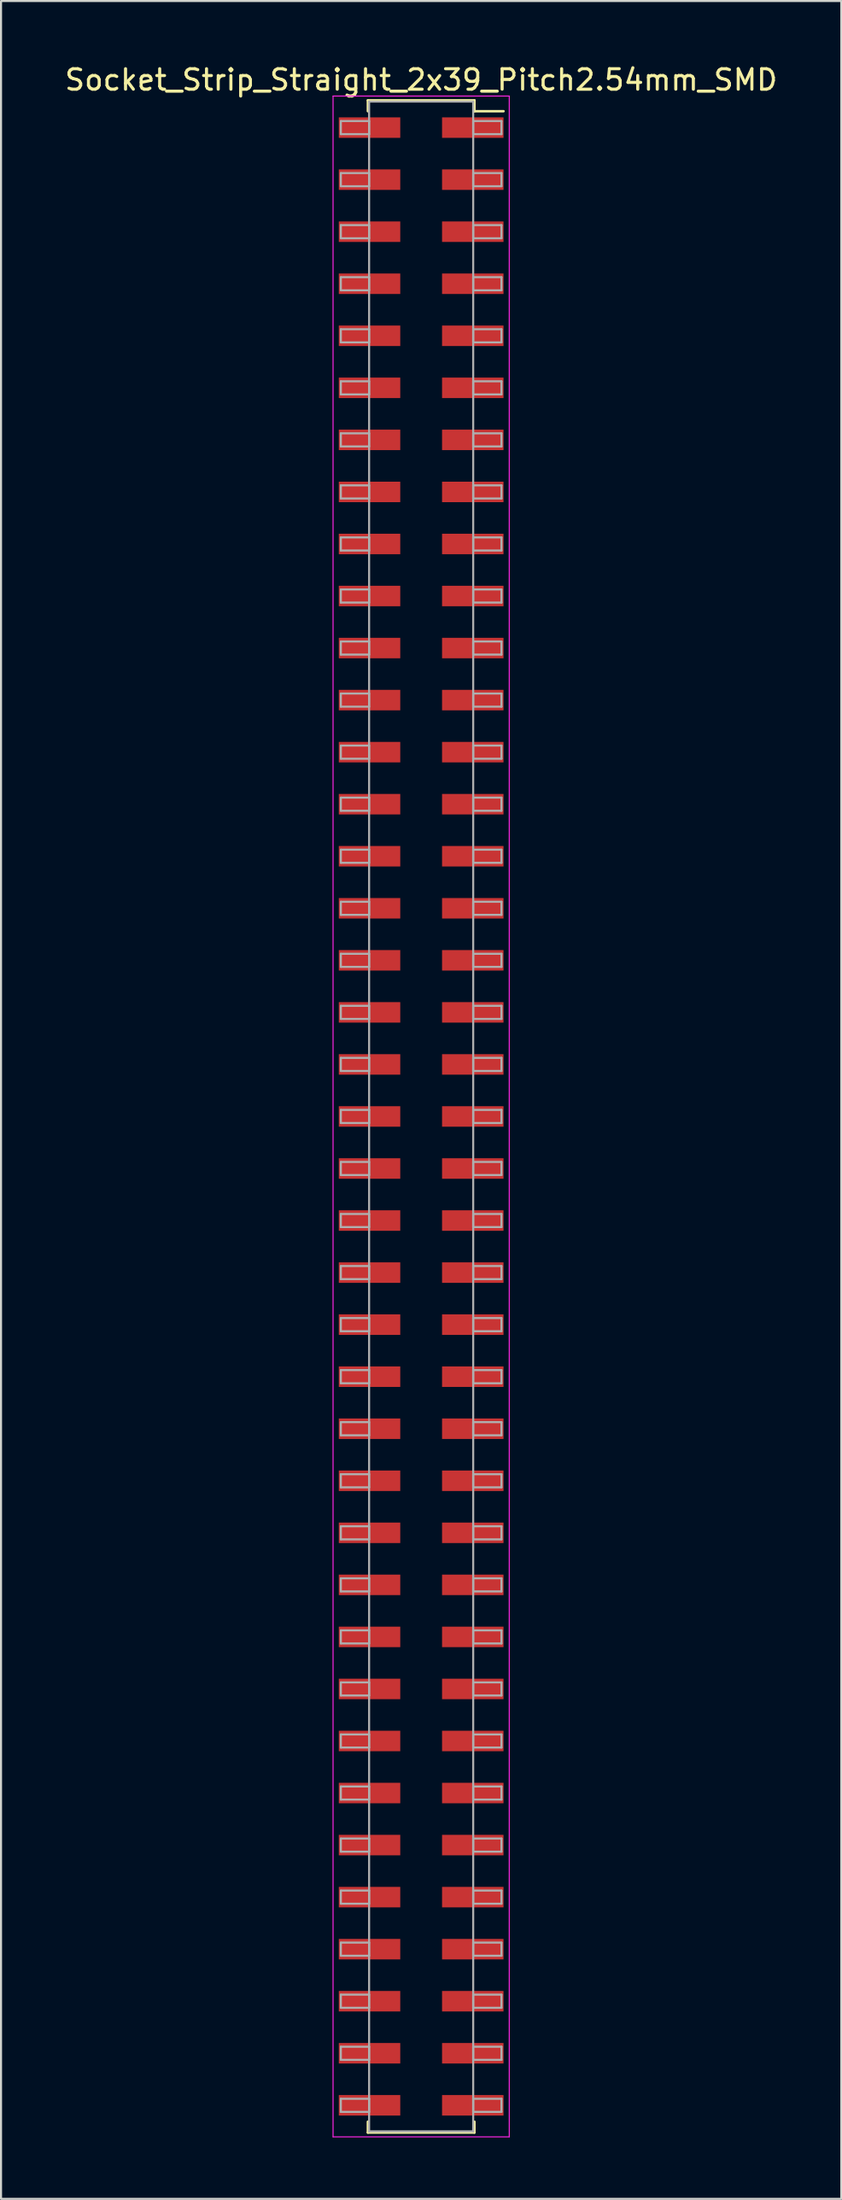
<source format=kicad_pcb>
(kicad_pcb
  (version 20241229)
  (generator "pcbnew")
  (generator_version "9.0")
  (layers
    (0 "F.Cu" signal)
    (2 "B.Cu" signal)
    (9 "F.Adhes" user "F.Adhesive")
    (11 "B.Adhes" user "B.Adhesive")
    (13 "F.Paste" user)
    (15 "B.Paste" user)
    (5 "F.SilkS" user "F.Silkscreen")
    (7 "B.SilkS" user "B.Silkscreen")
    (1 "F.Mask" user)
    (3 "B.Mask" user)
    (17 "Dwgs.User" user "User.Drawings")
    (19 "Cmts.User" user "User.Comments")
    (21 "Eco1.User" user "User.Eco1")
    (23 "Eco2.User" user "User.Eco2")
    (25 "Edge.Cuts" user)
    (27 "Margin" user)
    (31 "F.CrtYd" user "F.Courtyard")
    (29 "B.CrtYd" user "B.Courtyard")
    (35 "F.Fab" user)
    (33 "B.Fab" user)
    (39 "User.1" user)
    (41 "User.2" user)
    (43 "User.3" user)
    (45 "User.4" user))
  (footprint "Socket_Strip_Straight_2x39_Pitch2.54mm_SMD"
    (layer "F.Cu")
    (at 17.506 51.438)
    (property "Reference" "Socket_Strip_Straight_2x39_Pitch2.54mm_SMD" (at 0 -50.59 0) (layer "F.SilkS") (effects (font (size 1 1) (thickness 0.15))))
    (attr smd)
    (fp_line (start -2.6 -49.59) (end 2.6 -49.59) (stroke (width 0.12) (type solid)) (layer "F.SilkS"))
    (fp_line (start -2.6 -49.06) (end -2.6 -49.59) (stroke (width 0.12) (type solid)) (layer "F.SilkS"))
    (fp_line (start -2.6 49.06) (end -2.6 49.59) (stroke (width 0.12) (type solid)) (layer "F.SilkS"))
    (fp_line (start -2.6 49.59) (end 2.6 49.59) (stroke (width 0.12) (type solid)) (layer "F.SilkS"))
    (fp_line (start 2.6 -49.59) (end 2.6 -49.06) (stroke (width 0.12) (type solid)) (layer "F.SilkS"))
    (fp_line (start 2.6 49.59) (end 2.6 49.06) (stroke (width 0.12) (type solid)) (layer "F.SilkS"))
    (fp_line (start 4.02 -49.06) (end 2.6 -49.06) (stroke (width 0.12) (type solid)) (layer "F.SilkS"))
    (fp_line (start -4.3 -49.8) (end -4.3 49.8) (stroke (width 0.05) (type solid)) (layer "F.CrtYd"))
    (fp_line (start -4.3 49.8) (end 4.3 49.8) (stroke (width 0.05) (type solid)) (layer "F.CrtYd"))
    (fp_line (start 4.3 -49.8) (end -4.3 -49.8) (stroke (width 0.05) (type solid)) (layer "F.CrtYd"))
    (fp_line (start 4.3 49.8) (end 4.3 -49.8) (stroke (width 0.05) (type solid)) (layer "F.CrtYd"))
    (fp_line (start -3.92 -48.58) (end -2.54 -48.58) (stroke (width 0.1) (type solid)) (layer "F.Fab"))
    (fp_line (start -3.92 -47.94) (end -3.92 -48.58) (stroke (width 0.1) (type solid)) (layer "F.Fab"))
    (fp_line (start -3.92 -46.04) (end -2.54 -46.04) (stroke (width 0.1) (type solid)) (layer "F.Fab"))
    (fp_line (start -3.92 -45.4) (end -3.92 -46.04) (stroke (width 0.1) (type solid)) (layer "F.Fab"))
    (fp_line (start -3.92 -43.5) (end -2.54 -43.5) (stroke (width 0.1) (type solid)) (layer "F.Fab"))
    (fp_line (start -3.92 -42.86) (end -3.92 -43.5) (stroke (width 0.1) (type solid)) (layer "F.Fab"))
    (fp_line (start -3.92 -40.96) (end -2.54 -40.96) (stroke (width 0.1) (type solid)) (layer "F.Fab"))
    (fp_line (start -3.92 -40.32) (end -3.92 -40.96) (stroke (width 0.1) (type solid)) (layer "F.Fab"))
    (fp_line (start -3.92 -38.42) (end -2.54 -38.42) (stroke (width 0.1) (type solid)) (layer "F.Fab"))
    (fp_line (start -3.92 -37.78) (end -3.92 -38.42) (stroke (width 0.1) (type solid)) (layer "F.Fab"))
    (fp_line (start -3.92 -35.88) (end -2.54 -35.88) (stroke (width 0.1) (type solid)) (layer "F.Fab"))
    (fp_line (start -3.92 -35.24) (end -3.92 -35.88) (stroke (width 0.1) (type solid)) (layer "F.Fab"))
    (fp_line (start -3.92 -33.34) (end -2.54 -33.34) (stroke (width 0.1) (type solid)) (layer "F.Fab"))
    (fp_line (start -3.92 -32.7) (end -3.92 -33.34) (stroke (width 0.1) (type solid)) (layer "F.Fab"))
    (fp_line (start -3.92 -30.8) (end -2.54 -30.8) (stroke (width 0.1) (type solid)) (layer "F.Fab"))
    (fp_line (start -3.92 -30.16) (end -3.92 -30.8) (stroke (width 0.1) (type solid)) (layer "F.Fab"))
    (fp_line (start -3.92 -28.26) (end -2.54 -28.26) (stroke (width 0.1) (type solid)) (layer "F.Fab"))
    (fp_line (start -3.92 -27.62) (end -3.92 -28.26) (stroke (width 0.1) (type solid)) (layer "F.Fab"))
    (fp_line (start -3.92 -25.72) (end -2.54 -25.72) (stroke (width 0.1) (type solid)) (layer "F.Fab"))
    (fp_line (start -3.92 -25.08) (end -3.92 -25.72) (stroke (width 0.1) (type solid)) (layer "F.Fab"))
    (fp_line (start -3.92 -23.18) (end -2.54 -23.18) (stroke (width 0.1) (type solid)) (layer "F.Fab"))
    (fp_line (start -3.92 -22.54) (end -3.92 -23.18) (stroke (width 0.1) (type solid)) (layer "F.Fab"))
    (fp_line (start -3.92 -20.64) (end -2.54 -20.64) (stroke (width 0.1) (type solid)) (layer "F.Fab"))
    (fp_line (start -3.92 -20) (end -3.92 -20.64) (stroke (width 0.1) (type solid)) (layer "F.Fab"))
    (fp_line (start -3.92 -18.1) (end -2.54 -18.1) (stroke (width 0.1) (type solid)) (layer "F.Fab"))
    (fp_line (start -3.92 -17.46) (end -3.92 -18.1) (stroke (width 0.1) (type solid)) (layer "F.Fab"))
    (fp_line (start -3.92 -15.56) (end -2.54 -15.56) (stroke (width 0.1) (type solid)) (layer "F.Fab"))
    (fp_line (start -3.92 -14.92) (end -3.92 -15.56) (stroke (width 0.1) (type solid)) (layer "F.Fab"))
    (fp_line (start -3.92 -13.02) (end -2.54 -13.02) (stroke (width 0.1) (type solid)) (layer "F.Fab"))
    (fp_line (start -3.92 -12.38) (end -3.92 -13.02) (stroke (width 0.1) (type solid)) (layer "F.Fab"))
    (fp_line (start -3.92 -10.48) (end -2.54 -10.48) (stroke (width 0.1) (type solid)) (layer "F.Fab"))
    (fp_line (start -3.92 -9.84) (end -3.92 -10.48) (stroke (width 0.1) (type solid)) (layer "F.Fab"))
    (fp_line (start -3.92 -7.94) (end -2.54 -7.94) (stroke (width 0.1) (type solid)) (layer "F.Fab"))
    (fp_line (start -3.92 -7.3) (end -3.92 -7.94) (stroke (width 0.1) (type solid)) (layer "F.Fab"))
    (fp_line (start -3.92 -5.4) (end -2.54 -5.4) (stroke (width 0.1) (type solid)) (layer "F.Fab"))
    (fp_line (start -3.92 -4.76) (end -3.92 -5.4) (stroke (width 0.1) (type solid)) (layer "F.Fab"))
    (fp_line (start -3.92 -2.86) (end -2.54 -2.86) (stroke (width 0.1) (type solid)) (layer "F.Fab"))
    (fp_line (start -3.92 -2.22) (end -3.92 -2.86) (stroke (width 0.1) (type solid)) (layer "F.Fab"))
    (fp_line (start -3.92 -0.32) (end -2.54 -0.32) (stroke (width 0.1) (type solid)) (layer "F.Fab"))
    (fp_line (start -3.92 0.32) (end -3.92 -0.32) (stroke (width 0.1) (type solid)) (layer "F.Fab"))
    (fp_line (start -3.92 2.22) (end -2.54 2.22) (stroke (width 0.1) (type solid)) (layer "F.Fab"))
    (fp_line (start -3.92 2.86) (end -3.92 2.22) (stroke (width 0.1) (type solid)) (layer "F.Fab"))
    (fp_line (start -3.92 4.76) (end -2.54 4.76) (stroke (width 0.1) (type solid)) (layer "F.Fab"))
    (fp_line (start -3.92 5.4) (end -3.92 4.76) (stroke (width 0.1) (type solid)) (layer "F.Fab"))
    (fp_line (start -3.92 7.3) (end -2.54 7.3) (stroke (width 0.1) (type solid)) (layer "F.Fab"))
    (fp_line (start -3.92 7.94) (end -3.92 7.3) (stroke (width 0.1) (type solid)) (layer "F.Fab"))
    (fp_line (start -3.92 9.84) (end -2.54 9.84) (stroke (width 0.1) (type solid)) (layer "F.Fab"))
    (fp_line (start -3.92 10.48) (end -3.92 9.84) (stroke (width 0.1) (type solid)) (layer "F.Fab"))
    (fp_line (start -3.92 12.38) (end -2.54 12.38) (stroke (width 0.1) (type solid)) (layer "F.Fab"))
    (fp_line (start -3.92 13.02) (end -3.92 12.38) (stroke (width 0.1) (type solid)) (layer "F.Fab"))
    (fp_line (start -3.92 14.92) (end -2.54 14.92) (stroke (width 0.1) (type solid)) (layer "F.Fab"))
    (fp_line (start -3.92 15.56) (end -3.92 14.92) (stroke (width 0.1) (type solid)) (layer "F.Fab"))
    (fp_line (start -3.92 17.46) (end -2.54 17.46) (stroke (width 0.1) (type solid)) (layer "F.Fab"))
    (fp_line (start -3.92 18.1) (end -3.92 17.46) (stroke (width 0.1) (type solid)) (layer "F.Fab"))
    (fp_line (start -3.92 20) (end -2.54 20) (stroke (width 0.1) (type solid)) (layer "F.Fab"))
    (fp_line (start -3.92 20.64) (end -3.92 20) (stroke (width 0.1) (type solid)) (layer "F.Fab"))
    (fp_line (start -3.92 22.54) (end -2.54 22.54) (stroke (width 0.1) (type solid)) (layer "F.Fab"))
    (fp_line (start -3.92 23.18) (end -3.92 22.54) (stroke (width 0.1) (type solid)) (layer "F.Fab"))
    (fp_line (start -3.92 25.08) (end -2.54 25.08) (stroke (width 0.1) (type solid)) (layer "F.Fab"))
    (fp_line (start -3.92 25.72) (end -3.92 25.08) (stroke (width 0.1) (type solid)) (layer "F.Fab"))
    (fp_line (start -3.92 27.62) (end -2.54 27.62) (stroke (width 0.1) (type solid)) (layer "F.Fab"))
    (fp_line (start -3.92 28.26) (end -3.92 27.62) (stroke (width 0.1) (type solid)) (layer "F.Fab"))
    (fp_line (start -3.92 30.16) (end -2.54 30.16) (stroke (width 0.1) (type solid)) (layer "F.Fab"))
    (fp_line (start -3.92 30.8) (end -3.92 30.16) (stroke (width 0.1) (type solid)) (layer "F.Fab"))
    (fp_line (start -3.92 32.7) (end -2.54 32.7) (stroke (width 0.1) (type solid)) (layer "F.Fab"))
    (fp_line (start -3.92 33.34) (end -3.92 32.7) (stroke (width 0.1) (type solid)) (layer "F.Fab"))
    (fp_line (start -3.92 35.24) (end -2.54 35.24) (stroke (width 0.1) (type solid)) (layer "F.Fab"))
    (fp_line (start -3.92 35.88) (end -3.92 35.24) (stroke (width 0.1) (type solid)) (layer "F.Fab"))
    (fp_line (start -3.92 37.78) (end -2.54 37.78) (stroke (width 0.1) (type solid)) (layer "F.Fab"))
    (fp_line (start -3.92 38.42) (end -3.92 37.78) (stroke (width 0.1) (type solid)) (layer "F.Fab"))
    (fp_line (start -3.92 40.32) (end -2.54 40.32) (stroke (width 0.1) (type solid)) (layer "F.Fab"))
    (fp_line (start -3.92 40.96) (end -3.92 40.32) (stroke (width 0.1) (type solid)) (layer "F.Fab"))
    (fp_line (start -3.92 42.86) (end -2.54 42.86) (stroke (width 0.1) (type solid)) (layer "F.Fab"))
    (fp_line (start -3.92 43.5) (end -3.92 42.86) (stroke (width 0.1) (type solid)) (layer "F.Fab"))
    (fp_line (start -3.92 45.4) (end -2.54 45.4) (stroke (width 0.1) (type solid)) (layer "F.Fab"))
    (fp_line (start -3.92 46.04) (end -3.92 45.4) (stroke (width 0.1) (type solid)) (layer "F.Fab"))
    (fp_line (start -3.92 47.94) (end -2.54 47.94) (stroke (width 0.1) (type solid)) (layer "F.Fab"))
    (fp_line (start -3.92 48.58) (end -3.92 47.94) (stroke (width 0.1) (type solid)) (layer "F.Fab"))
    (fp_line (start -2.54 -49.53) (end -2.54 49.53) (stroke (width 0.1) (type solid)) (layer "F.Fab"))
    (fp_line (start -2.54 -48.58) (end -2.54 -47.94) (stroke (width 0.1) (type solid)) (layer "F.Fab"))
    (fp_line (start -2.54 -47.94) (end -3.92 -47.94) (stroke (width 0.1) (type solid)) (layer "F.Fab"))
    (fp_line (start -2.54 -46.04) (end -2.54 -45.4) (stroke (width 0.1) (type solid)) (layer "F.Fab"))
    (fp_line (start -2.54 -45.4) (end -3.92 -45.4) (stroke (width 0.1) (type solid)) (layer "F.Fab"))
    (fp_line (start -2.54 -43.5) (end -2.54 -42.86) (stroke (width 0.1) (type solid)) (layer "F.Fab"))
    (fp_line (start -2.54 -42.86) (end -3.92 -42.86) (stroke (width 0.1) (type solid)) (layer "F.Fab"))
    (fp_line (start -2.54 -40.96) (end -2.54 -40.32) (stroke (width 0.1) (type solid)) (layer "F.Fab"))
    (fp_line (start -2.54 -40.32) (end -3.92 -40.32) (stroke (width 0.1) (type solid)) (layer "F.Fab"))
    (fp_line (start -2.54 -38.42) (end -2.54 -37.78) (stroke (width 0.1) (type solid)) (layer "F.Fab"))
    (fp_line (start -2.54 -37.78) (end -3.92 -37.78) (stroke (width 0.1) (type solid)) (layer "F.Fab"))
    (fp_line (start -2.54 -35.88) (end -2.54 -35.24) (stroke (width 0.1) (type solid)) (layer "F.Fab"))
    (fp_line (start -2.54 -35.24) (end -3.92 -35.24) (stroke (width 0.1) (type solid)) (layer "F.Fab"))
    (fp_line (start -2.54 -33.34) (end -2.54 -32.7) (stroke (width 0.1) (type solid)) (layer "F.Fab"))
    (fp_line (start -2.54 -32.7) (end -3.92 -32.7) (stroke (width 0.1) (type solid)) (layer "F.Fab"))
    (fp_line (start -2.54 -30.8) (end -2.54 -30.16) (stroke (width 0.1) (type solid)) (layer "F.Fab"))
    (fp_line (start -2.54 -30.16) (end -3.92 -30.16) (stroke (width 0.1) (type solid)) (layer "F.Fab"))
    (fp_line (start -2.54 -28.26) (end -2.54 -27.62) (stroke (width 0.1) (type solid)) (layer "F.Fab"))
    (fp_line (start -2.54 -27.62) (end -3.92 -27.62) (stroke (width 0.1) (type solid)) (layer "F.Fab"))
    (fp_line (start -2.54 -25.72) (end -2.54 -25.08) (stroke (width 0.1) (type solid)) (layer "F.Fab"))
    (fp_line (start -2.54 -25.08) (end -3.92 -25.08) (stroke (width 0.1) (type solid)) (layer "F.Fab"))
    (fp_line (start -2.54 -23.18) (end -2.54 -22.54) (stroke (width 0.1) (type solid)) (layer "F.Fab"))
    (fp_line (start -2.54 -22.54) (end -3.92 -22.54) (stroke (width 0.1) (type solid)) (layer "F.Fab"))
    (fp_line (start -2.54 -20.64) (end -2.54 -20) (stroke (width 0.1) (type solid)) (layer "F.Fab"))
    (fp_line (start -2.54 -20) (end -3.92 -20) (stroke (width 0.1) (type solid)) (layer "F.Fab"))
    (fp_line (start -2.54 -18.1) (end -2.54 -17.46) (stroke (width 0.1) (type solid)) (layer "F.Fab"))
    (fp_line (start -2.54 -17.46) (end -3.92 -17.46) (stroke (width 0.1) (type solid)) (layer "F.Fab"))
    (fp_line (start -2.54 -15.56) (end -2.54 -14.92) (stroke (width 0.1) (type solid)) (layer "F.Fab"))
    (fp_line (start -2.54 -14.92) (end -3.92 -14.92) (stroke (width 0.1) (type solid)) (layer "F.Fab"))
    (fp_line (start -2.54 -13.02) (end -2.54 -12.38) (stroke (width 0.1) (type solid)) (layer "F.Fab"))
    (fp_line (start -2.54 -12.38) (end -3.92 -12.38) (stroke (width 0.1) (type solid)) (layer "F.Fab"))
    (fp_line (start -2.54 -10.48) (end -2.54 -9.84) (stroke (width 0.1) (type solid)) (layer "F.Fab"))
    (fp_line (start -2.54 -9.84) (end -3.92 -9.84) (stroke (width 0.1) (type solid)) (layer "F.Fab"))
    (fp_line (start -2.54 -7.94) (end -2.54 -7.3) (stroke (width 0.1) (type solid)) (layer "F.Fab"))
    (fp_line (start -2.54 -7.3) (end -3.92 -7.3) (stroke (width 0.1) (type solid)) (layer "F.Fab"))
    (fp_line (start -2.54 -5.4) (end -2.54 -4.76) (stroke (width 0.1) (type solid)) (layer "F.Fab"))
    (fp_line (start -2.54 -4.76) (end -3.92 -4.76) (stroke (width 0.1) (type solid)) (layer "F.Fab"))
    (fp_line (start -2.54 -2.86) (end -2.54 -2.22) (stroke (width 0.1) (type solid)) (layer "F.Fab"))
    (fp_line (start -2.54 -2.22) (end -3.92 -2.22) (stroke (width 0.1) (type solid)) (layer "F.Fab"))
    (fp_line (start -2.54 -0.32) (end -2.54 0.32) (stroke (width 0.1) (type solid)) (layer "F.Fab"))
    (fp_line (start -2.54 0.32) (end -3.92 0.32) (stroke (width 0.1) (type solid)) (layer "F.Fab"))
    (fp_line (start -2.54 2.22) (end -2.54 2.86) (stroke (width 0.1) (type solid)) (layer "F.Fab"))
    (fp_line (start -2.54 2.86) (end -3.92 2.86) (stroke (width 0.1) (type solid)) (layer "F.Fab"))
    (fp_line (start -2.54 4.76) (end -2.54 5.4) (stroke (width 0.1) (type solid)) (layer "F.Fab"))
    (fp_line (start -2.54 5.4) (end -3.92 5.4) (stroke (width 0.1) (type solid)) (layer "F.Fab"))
    (fp_line (start -2.54 7.3) (end -2.54 7.94) (stroke (width 0.1) (type solid)) (layer "F.Fab"))
    (fp_line (start -2.54 7.94) (end -3.92 7.94) (stroke (width 0.1) (type solid)) (layer "F.Fab"))
    (fp_line (start -2.54 9.84) (end -2.54 10.48) (stroke (width 0.1) (type solid)) (layer "F.Fab"))
    (fp_line (start -2.54 10.48) (end -3.92 10.48) (stroke (width 0.1) (type solid)) (layer "F.Fab"))
    (fp_line (start -2.54 12.38) (end -2.54 13.02) (stroke (width 0.1) (type solid)) (layer "F.Fab"))
    (fp_line (start -2.54 13.02) (end -3.92 13.02) (stroke (width 0.1) (type solid)) (layer "F.Fab"))
    (fp_line (start -2.54 14.92) (end -2.54 15.56) (stroke (width 0.1) (type solid)) (layer "F.Fab"))
    (fp_line (start -2.54 15.56) (end -3.92 15.56) (stroke (width 0.1) (type solid)) (layer "F.Fab"))
    (fp_line (start -2.54 17.46) (end -2.54 18.1) (stroke (width 0.1) (type solid)) (layer "F.Fab"))
    (fp_line (start -2.54 18.1) (end -3.92 18.1) (stroke (width 0.1) (type solid)) (layer "F.Fab"))
    (fp_line (start -2.54 20) (end -2.54 20.64) (stroke (width 0.1) (type solid)) (layer "F.Fab"))
    (fp_line (start -2.54 20.64) (end -3.92 20.64) (stroke (width 0.1) (type solid)) (layer "F.Fab"))
    (fp_line (start -2.54 22.54) (end -2.54 23.18) (stroke (width 0.1) (type solid)) (layer "F.Fab"))
    (fp_line (start -2.54 23.18) (end -3.92 23.18) (stroke (width 0.1) (type solid)) (layer "F.Fab"))
    (fp_line (start -2.54 25.08) (end -2.54 25.72) (stroke (width 0.1) (type solid)) (layer "F.Fab"))
    (fp_line (start -2.54 25.72) (end -3.92 25.72) (stroke (width 0.1) (type solid)) (layer "F.Fab"))
    (fp_line (start -2.54 27.62) (end -2.54 28.26) (stroke (width 0.1) (type solid)) (layer "F.Fab"))
    (fp_line (start -2.54 28.26) (end -3.92 28.26) (stroke (width 0.1) (type solid)) (layer "F.Fab"))
    (fp_line (start -2.54 30.16) (end -2.54 30.8) (stroke (width 0.1) (type solid)) (layer "F.Fab"))
    (fp_line (start -2.54 30.8) (end -3.92 30.8) (stroke (width 0.1) (type solid)) (layer "F.Fab"))
    (fp_line (start -2.54 32.7) (end -2.54 33.34) (stroke (width 0.1) (type solid)) (layer "F.Fab"))
    (fp_line (start -2.54 33.34) (end -3.92 33.34) (stroke (width 0.1) (type solid)) (layer "F.Fab"))
    (fp_line (start -2.54 35.24) (end -2.54 35.88) (stroke (width 0.1) (type solid)) (layer "F.Fab"))
    (fp_line (start -2.54 35.88) (end -3.92 35.88) (stroke (width 0.1) (type solid)) (layer "F.Fab"))
    (fp_line (start -2.54 37.78) (end -2.54 38.42) (stroke (width 0.1) (type solid)) (layer "F.Fab"))
    (fp_line (start -2.54 38.42) (end -3.92 38.42) (stroke (width 0.1) (type solid)) (layer "F.Fab"))
    (fp_line (start -2.54 40.32) (end -2.54 40.96) (stroke (width 0.1) (type solid)) (layer "F.Fab"))
    (fp_line (start -2.54 40.96) (end -3.92 40.96) (stroke (width 0.1) (type solid)) (layer "F.Fab"))
    (fp_line (start -2.54 42.86) (end -2.54 43.5) (stroke (width 0.1) (type solid)) (layer "F.Fab"))
    (fp_line (start -2.54 43.5) (end -3.92 43.5) (stroke (width 0.1) (type solid)) (layer "F.Fab"))
    (fp_line (start -2.54 45.4) (end -2.54 46.04) (stroke (width 0.1) (type solid)) (layer "F.Fab"))
    (fp_line (start -2.54 46.04) (end -3.92 46.04) (stroke (width 0.1) (type solid)) (layer "F.Fab"))
    (fp_line (start -2.54 47.94) (end -2.54 48.58) (stroke (width 0.1) (type solid)) (layer "F.Fab"))
    (fp_line (start -2.54 48.58) (end -3.92 48.58) (stroke (width 0.1) (type solid)) (layer "F.Fab"))
    (fp_line (start -2.54 49.53) (end 2.54 49.53) (stroke (width 0.1) (type solid)) (layer "F.Fab"))
    (fp_line (start 2.54 -49.53) (end -2.54 -49.53) (stroke (width 0.1) (type solid)) (layer "F.Fab"))
    (fp_line (start 2.54 -48.58) (end 2.54 -47.94) (stroke (width 0.1) (type solid)) (layer "F.Fab"))
    (fp_line (start 2.54 -47.94) (end 3.92 -47.94) (stroke (width 0.1) (type solid)) (layer "F.Fab"))
    (fp_line (start 2.54 -46.04) (end 2.54 -45.4) (stroke (width 0.1) (type solid)) (layer "F.Fab"))
    (fp_line (start 2.54 -45.4) (end 3.92 -45.4) (stroke (width 0.1) (type solid)) (layer "F.Fab"))
    (fp_line (start 2.54 -43.5) (end 2.54 -42.86) (stroke (width 0.1) (type solid)) (layer "F.Fab"))
    (fp_line (start 2.54 -42.86) (end 3.92 -42.86) (stroke (width 0.1) (type solid)) (layer "F.Fab"))
    (fp_line (start 2.54 -40.96) (end 2.54 -40.32) (stroke (width 0.1) (type solid)) (layer "F.Fab"))
    (fp_line (start 2.54 -40.32) (end 3.92 -40.32) (stroke (width 0.1) (type solid)) (layer "F.Fab"))
    (fp_line (start 2.54 -38.42) (end 2.54 -37.78) (stroke (width 0.1) (type solid)) (layer "F.Fab"))
    (fp_line (start 2.54 -37.78) (end 3.92 -37.78) (stroke (width 0.1) (type solid)) (layer "F.Fab"))
    (fp_line (start 2.54 -35.88) (end 2.54 -35.24) (stroke (width 0.1) (type solid)) (layer "F.Fab"))
    (fp_line (start 2.54 -35.24) (end 3.92 -35.24) (stroke (width 0.1) (type solid)) (layer "F.Fab"))
    (fp_line (start 2.54 -33.34) (end 2.54 -32.7) (stroke (width 0.1) (type solid)) (layer "F.Fab"))
    (fp_line (start 2.54 -32.7) (end 3.92 -32.7) (stroke (width 0.1) (type solid)) (layer "F.Fab"))
    (fp_line (start 2.54 -30.8) (end 2.54 -30.16) (stroke (width 0.1) (type solid)) (layer "F.Fab"))
    (fp_line (start 2.54 -30.16) (end 3.92 -30.16) (stroke (width 0.1) (type solid)) (layer "F.Fab"))
    (fp_line (start 2.54 -28.26) (end 2.54 -27.62) (stroke (width 0.1) (type solid)) (layer "F.Fab"))
    (fp_line (start 2.54 -27.62) (end 3.92 -27.62) (stroke (width 0.1) (type solid)) (layer "F.Fab"))
    (fp_line (start 2.54 -25.72) (end 2.54 -25.08) (stroke (width 0.1) (type solid)) (layer "F.Fab"))
    (fp_line (start 2.54 -25.08) (end 3.92 -25.08) (stroke (width 0.1) (type solid)) (layer "F.Fab"))
    (fp_line (start 2.54 -23.18) (end 2.54 -22.54) (stroke (width 0.1) (type solid)) (layer "F.Fab"))
    (fp_line (start 2.54 -22.54) (end 3.92 -22.54) (stroke (width 0.1) (type solid)) (layer "F.Fab"))
    (fp_line (start 2.54 -20.64) (end 2.54 -20) (stroke (width 0.1) (type solid)) (layer "F.Fab"))
    (fp_line (start 2.54 -20) (end 3.92 -20) (stroke (width 0.1) (type solid)) (layer "F.Fab"))
    (fp_line (start 2.54 -18.1) (end 2.54 -17.46) (stroke (width 0.1) (type solid)) (layer "F.Fab"))
    (fp_line (start 2.54 -17.46) (end 3.92 -17.46) (stroke (width 0.1) (type solid)) (layer "F.Fab"))
    (fp_line (start 2.54 -15.56) (end 2.54 -14.92) (stroke (width 0.1) (type solid)) (layer "F.Fab"))
    (fp_line (start 2.54 -14.92) (end 3.92 -14.92) (stroke (width 0.1) (type solid)) (layer "F.Fab"))
    (fp_line (start 2.54 -13.02) (end 2.54 -12.38) (stroke (width 0.1) (type solid)) (layer "F.Fab"))
    (fp_line (start 2.54 -12.38) (end 3.92 -12.38) (stroke (width 0.1) (type solid)) (layer "F.Fab"))
    (fp_line (start 2.54 -10.48) (end 2.54 -9.84) (stroke (width 0.1) (type solid)) (layer "F.Fab"))
    (fp_line (start 2.54 -9.84) (end 3.92 -9.84) (stroke (width 0.1) (type solid)) (layer "F.Fab"))
    (fp_line (start 2.54 -7.94) (end 2.54 -7.3) (stroke (width 0.1) (type solid)) (layer "F.Fab"))
    (fp_line (start 2.54 -7.3) (end 3.92 -7.3) (stroke (width 0.1) (type solid)) (layer "F.Fab"))
    (fp_line (start 2.54 -5.4) (end 2.54 -4.76) (stroke (width 0.1) (type solid)) (layer "F.Fab"))
    (fp_line (start 2.54 -4.76) (end 3.92 -4.76) (stroke (width 0.1) (type solid)) (layer "F.Fab"))
    (fp_line (start 2.54 -2.86) (end 2.54 -2.22) (stroke (width 0.1) (type solid)) (layer "F.Fab"))
    (fp_line (start 2.54 -2.22) (end 3.92 -2.22) (stroke (width 0.1) (type solid)) (layer "F.Fab"))
    (fp_line (start 2.54 -0.32) (end 2.54 0.32) (stroke (width 0.1) (type solid)) (layer "F.Fab"))
    (fp_line (start 2.54 0.32) (end 3.92 0.32) (stroke (width 0.1) (type solid)) (layer "F.Fab"))
    (fp_line (start 2.54 2.22) (end 2.54 2.86) (stroke (width 0.1) (type solid)) (layer "F.Fab"))
    (fp_line (start 2.54 2.86) (end 3.92 2.86) (stroke (width 0.1) (type solid)) (layer "F.Fab"))
    (fp_line (start 2.54 4.76) (end 2.54 5.4) (stroke (width 0.1) (type solid)) (layer "F.Fab"))
    (fp_line (start 2.54 5.4) (end 3.92 5.4) (stroke (width 0.1) (type solid)) (layer "F.Fab"))
    (fp_line (start 2.54 7.3) (end 2.54 7.94) (stroke (width 0.1) (type solid)) (layer "F.Fab"))
    (fp_line (start 2.54 7.94) (end 3.92 7.94) (stroke (width 0.1) (type solid)) (layer "F.Fab"))
    (fp_line (start 2.54 9.84) (end 2.54 10.48) (stroke (width 0.1) (type solid)) (layer "F.Fab"))
    (fp_line (start 2.54 10.48) (end 3.92 10.48) (stroke (width 0.1) (type solid)) (layer "F.Fab"))
    (fp_line (start 2.54 12.38) (end 2.54 13.02) (stroke (width 0.1) (type solid)) (layer "F.Fab"))
    (fp_line (start 2.54 13.02) (end 3.92 13.02) (stroke (width 0.1) (type solid)) (layer "F.Fab"))
    (fp_line (start 2.54 14.92) (end 2.54 15.56) (stroke (width 0.1) (type solid)) (layer "F.Fab"))
    (fp_line (start 2.54 15.56) (end 3.92 15.56) (stroke (width 0.1) (type solid)) (layer "F.Fab"))
    (fp_line (start 2.54 17.46) (end 2.54 18.1) (stroke (width 0.1) (type solid)) (layer "F.Fab"))
    (fp_line (start 2.54 18.1) (end 3.92 18.1) (stroke (width 0.1) (type solid)) (layer "F.Fab"))
    (fp_line (start 2.54 20) (end 2.54 20.64) (stroke (width 0.1) (type solid)) (layer "F.Fab"))
    (fp_line (start 2.54 20.64) (end 3.92 20.64) (stroke (width 0.1) (type solid)) (layer "F.Fab"))
    (fp_line (start 2.54 22.54) (end 2.54 23.18) (stroke (width 0.1) (type solid)) (layer "F.Fab"))
    (fp_line (start 2.54 23.18) (end 3.92 23.18) (stroke (width 0.1) (type solid)) (layer "F.Fab"))
    (fp_line (start 2.54 25.08) (end 2.54 25.72) (stroke (width 0.1) (type solid)) (layer "F.Fab"))
    (fp_line (start 2.54 25.72) (end 3.92 25.72) (stroke (width 0.1) (type solid)) (layer "F.Fab"))
    (fp_line (start 2.54 27.62) (end 2.54 28.26) (stroke (width 0.1) (type solid)) (layer "F.Fab"))
    (fp_line (start 2.54 28.26) (end 3.92 28.26) (stroke (width 0.1) (type solid)) (layer "F.Fab"))
    (fp_line (start 2.54 30.16) (end 2.54 30.8) (stroke (width 0.1) (type solid)) (layer "F.Fab"))
    (fp_line (start 2.54 30.8) (end 3.92 30.8) (stroke (width 0.1) (type solid)) (layer "F.Fab"))
    (fp_line (start 2.54 32.7) (end 2.54 33.34) (stroke (width 0.1) (type solid)) (layer "F.Fab"))
    (fp_line (start 2.54 33.34) (end 3.92 33.34) (stroke (width 0.1) (type solid)) (layer "F.Fab"))
    (fp_line (start 2.54 35.24) (end 2.54 35.88) (stroke (width 0.1) (type solid)) (layer "F.Fab"))
    (fp_line (start 2.54 35.88) (end 3.92 35.88) (stroke (width 0.1) (type solid)) (layer "F.Fab"))
    (fp_line (start 2.54 37.78) (end 2.54 38.42) (stroke (width 0.1) (type solid)) (layer "F.Fab"))
    (fp_line (start 2.54 38.42) (end 3.92 38.42) (stroke (width 0.1) (type solid)) (layer "F.Fab"))
    (fp_line (start 2.54 40.32) (end 2.54 40.96) (stroke (width 0.1) (type solid)) (layer "F.Fab"))
    (fp_line (start 2.54 40.96) (end 3.92 40.96) (stroke (width 0.1) (type solid)) (layer "F.Fab"))
    (fp_line (start 2.54 42.86) (end 2.54 43.5) (stroke (width 0.1) (type solid)) (layer "F.Fab"))
    (fp_line (start 2.54 43.5) (end 3.92 43.5) (stroke (width 0.1) (type solid)) (layer "F.Fab"))
    (fp_line (start 2.54 45.4) (end 2.54 46.04) (stroke (width 0.1) (type solid)) (layer "F.Fab"))
    (fp_line (start 2.54 46.04) (end 3.92 46.04) (stroke (width 0.1) (type solid)) (layer "F.Fab"))
    (fp_line (start 2.54 47.94) (end 2.54 48.58) (stroke (width 0.1) (type solid)) (layer "F.Fab"))
    (fp_line (start 2.54 48.58) (end 3.92 48.58) (stroke (width 0.1) (type solid)) (layer "F.Fab"))
    (fp_line (start 2.54 49.53) (end 2.54 -49.53) (stroke (width 0.1) (type solid)) (layer "F.Fab"))
    (fp_line (start 3.92 -48.58) (end 2.54 -48.58) (stroke (width 0.1) (type solid)) (layer "F.Fab"))
    (fp_line (start 3.92 -47.94) (end 3.92 -48.58) (stroke (width 0.1) (type solid)) (layer "F.Fab"))
    (fp_line (start 3.92 -46.04) (end 2.54 -46.04) (stroke (width 0.1) (type solid)) (layer "F.Fab"))
    (fp_line (start 3.92 -45.4) (end 3.92 -46.04) (stroke (width 0.1) (type solid)) (layer "F.Fab"))
    (fp_line (start 3.92 -43.5) (end 2.54 -43.5) (stroke (width 0.1) (type solid)) (layer "F.Fab"))
    (fp_line (start 3.92 -42.86) (end 3.92 -43.5) (stroke (width 0.1) (type solid)) (layer "F.Fab"))
    (fp_line (start 3.92 -40.96) (end 2.54 -40.96) (stroke (width 0.1) (type solid)) (layer "F.Fab"))
    (fp_line (start 3.92 -40.32) (end 3.92 -40.96) (stroke (width 0.1) (type solid)) (layer "F.Fab"))
    (fp_line (start 3.92 -38.42) (end 2.54 -38.42) (stroke (width 0.1) (type solid)) (layer "F.Fab"))
    (fp_line (start 3.92 -37.78) (end 3.92 -38.42) (stroke (width 0.1) (type solid)) (layer "F.Fab"))
    (fp_line (start 3.92 -35.88) (end 2.54 -35.88) (stroke (width 0.1) (type solid)) (layer "F.Fab"))
    (fp_line (start 3.92 -35.24) (end 3.92 -35.88) (stroke (width 0.1) (type solid)) (layer "F.Fab"))
    (fp_line (start 3.92 -33.34) (end 2.54 -33.34) (stroke (width 0.1) (type solid)) (layer "F.Fab"))
    (fp_line (start 3.92 -32.7) (end 3.92 -33.34) (stroke (width 0.1) (type solid)) (layer "F.Fab"))
    (fp_line (start 3.92 -30.8) (end 2.54 -30.8) (stroke (width 0.1) (type solid)) (layer "F.Fab"))
    (fp_line (start 3.92 -30.16) (end 3.92 -30.8) (stroke (width 0.1) (type solid)) (layer "F.Fab"))
    (fp_line (start 3.92 -28.26) (end 2.54 -28.26) (stroke (width 0.1) (type solid)) (layer "F.Fab"))
    (fp_line (start 3.92 -27.62) (end 3.92 -28.26) (stroke (width 0.1) (type solid)) (layer "F.Fab"))
    (fp_line (start 3.92 -25.72) (end 2.54 -25.72) (stroke (width 0.1) (type solid)) (layer "F.Fab"))
    (fp_line (start 3.92 -25.08) (end 3.92 -25.72) (stroke (width 0.1) (type solid)) (layer "F.Fab"))
    (fp_line (start 3.92 -23.18) (end 2.54 -23.18) (stroke (width 0.1) (type solid)) (layer "F.Fab"))
    (fp_line (start 3.92 -22.54) (end 3.92 -23.18) (stroke (width 0.1) (type solid)) (layer "F.Fab"))
    (fp_line (start 3.92 -20.64) (end 2.54 -20.64) (stroke (width 0.1) (type solid)) (layer "F.Fab"))
    (fp_line (start 3.92 -20) (end 3.92 -20.64) (stroke (width 0.1) (type solid)) (layer "F.Fab"))
    (fp_line (start 3.92 -18.1) (end 2.54 -18.1) (stroke (width 0.1) (type solid)) (layer "F.Fab"))
    (fp_line (start 3.92 -17.46) (end 3.92 -18.1) (stroke (width 0.1) (type solid)) (layer "F.Fab"))
    (fp_line (start 3.92 -15.56) (end 2.54 -15.56) (stroke (width 0.1) (type solid)) (layer "F.Fab"))
    (fp_line (start 3.92 -14.92) (end 3.92 -15.56) (stroke (width 0.1) (type solid)) (layer "F.Fab"))
    (fp_line (start 3.92 -13.02) (end 2.54 -13.02) (stroke (width 0.1) (type solid)) (layer "F.Fab"))
    (fp_line (start 3.92 -12.38) (end 3.92 -13.02) (stroke (width 0.1) (type solid)) (layer "F.Fab"))
    (fp_line (start 3.92 -10.48) (end 2.54 -10.48) (stroke (width 0.1) (type solid)) (layer "F.Fab"))
    (fp_line (start 3.92 -9.84) (end 3.92 -10.48) (stroke (width 0.1) (type solid)) (layer "F.Fab"))
    (fp_line (start 3.92 -7.94) (end 2.54 -7.94) (stroke (width 0.1) (type solid)) (layer "F.Fab"))
    (fp_line (start 3.92 -7.3) (end 3.92 -7.94) (stroke (width 0.1) (type solid)) (layer "F.Fab"))
    (fp_line (start 3.92 -5.4) (end 2.54 -5.4) (stroke (width 0.1) (type solid)) (layer "F.Fab"))
    (fp_line (start 3.92 -4.76) (end 3.92 -5.4) (stroke (width 0.1) (type solid)) (layer "F.Fab"))
    (fp_line (start 3.92 -2.86) (end 2.54 -2.86) (stroke (width 0.1) (type solid)) (layer "F.Fab"))
    (fp_line (start 3.92 -2.22) (end 3.92 -2.86) (stroke (width 0.1) (type solid)) (layer "F.Fab"))
    (fp_line (start 3.92 -0.32) (end 2.54 -0.32) (stroke (width 0.1) (type solid)) (layer "F.Fab"))
    (fp_line (start 3.92 0.32) (end 3.92 -0.32) (stroke (width 0.1) (type solid)) (layer "F.Fab"))
    (fp_line (start 3.92 2.22) (end 2.54 2.22) (stroke (width 0.1) (type solid)) (layer "F.Fab"))
    (fp_line (start 3.92 2.86) (end 3.92 2.22) (stroke (width 0.1) (type solid)) (layer "F.Fab"))
    (fp_line (start 3.92 4.76) (end 2.54 4.76) (stroke (width 0.1) (type solid)) (layer "F.Fab"))
    (fp_line (start 3.92 5.4) (end 3.92 4.76) (stroke (width 0.1) (type solid)) (layer "F.Fab"))
    (fp_line (start 3.92 7.3) (end 2.54 7.3) (stroke (width 0.1) (type solid)) (layer "F.Fab"))
    (fp_line (start 3.92 7.94) (end 3.92 7.3) (stroke (width 0.1) (type solid)) (layer "F.Fab"))
    (fp_line (start 3.92 9.84) (end 2.54 9.84) (stroke (width 0.1) (type solid)) (layer "F.Fab"))
    (fp_line (start 3.92 10.48) (end 3.92 9.84) (stroke (width 0.1) (type solid)) (layer "F.Fab"))
    (fp_line (start 3.92 12.38) (end 2.54 12.38) (stroke (width 0.1) (type solid)) (layer "F.Fab"))
    (fp_line (start 3.92 13.02) (end 3.92 12.38) (stroke (width 0.1) (type solid)) (layer "F.Fab"))
    (fp_line (start 3.92 14.92) (end 2.54 14.92) (stroke (width 0.1) (type solid)) (layer "F.Fab"))
    (fp_line (start 3.92 15.56) (end 3.92 14.92) (stroke (width 0.1) (type solid)) (layer "F.Fab"))
    (fp_line (start 3.92 17.46) (end 2.54 17.46) (stroke (width 0.1) (type solid)) (layer "F.Fab"))
    (fp_line (start 3.92 18.1) (end 3.92 17.46) (stroke (width 0.1) (type solid)) (layer "F.Fab"))
    (fp_line (start 3.92 20) (end 2.54 20) (stroke (width 0.1) (type solid)) (layer "F.Fab"))
    (fp_line (start 3.92 20.64) (end 3.92 20) (stroke (width 0.1) (type solid)) (layer "F.Fab"))
    (fp_line (start 3.92 22.54) (end 2.54 22.54) (stroke (width 0.1) (type solid)) (layer "F.Fab"))
    (fp_line (start 3.92 23.18) (end 3.92 22.54) (stroke (width 0.1) (type solid)) (layer "F.Fab"))
    (fp_line (start 3.92 25.08) (end 2.54 25.08) (stroke (width 0.1) (type solid)) (layer "F.Fab"))
    (fp_line (start 3.92 25.72) (end 3.92 25.08) (stroke (width 0.1) (type solid)) (layer "F.Fab"))
    (fp_line (start 3.92 27.62) (end 2.54 27.62) (stroke (width 0.1) (type solid)) (layer "F.Fab"))
    (fp_line (start 3.92 28.26) (end 3.92 27.62) (stroke (width 0.1) (type solid)) (layer "F.Fab"))
    (fp_line (start 3.92 30.16) (end 2.54 30.16) (stroke (width 0.1) (type solid)) (layer "F.Fab"))
    (fp_line (start 3.92 30.8) (end 3.92 30.16) (stroke (width 0.1) (type solid)) (layer "F.Fab"))
    (fp_line (start 3.92 32.7) (end 2.54 32.7) (stroke (width 0.1) (type solid)) (layer "F.Fab"))
    (fp_line (start 3.92 33.34) (end 3.92 32.7) (stroke (width 0.1) (type solid)) (layer "F.Fab"))
    (fp_line (start 3.92 35.24) (end 2.54 35.24) (stroke (width 0.1) (type solid)) (layer "F.Fab"))
    (fp_line (start 3.92 35.88) (end 3.92 35.24) (stroke (width 0.1) (type solid)) (layer "F.Fab"))
    (fp_line (start 3.92 37.78) (end 2.54 37.78) (stroke (width 0.1) (type solid)) (layer "F.Fab"))
    (fp_line (start 3.92 38.42) (end 3.92 37.78) (stroke (width 0.1) (type solid)) (layer "F.Fab"))
    (fp_line (start 3.92 40.32) (end 2.54 40.32) (stroke (width 0.1) (type solid)) (layer "F.Fab"))
    (fp_line (start 3.92 40.96) (end 3.92 40.32) (stroke (width 0.1) (type solid)) (layer "F.Fab"))
    (fp_line (start 3.92 42.86) (end 2.54 42.86) (stroke (width 0.1) (type solid)) (layer "F.Fab"))
    (fp_line (start 3.92 43.5) (end 3.92 42.86) (stroke (width 0.1) (type solid)) (layer "F.Fab"))
    (fp_line (start 3.92 45.4) (end 2.54 45.4) (stroke (width 0.1) (type solid)) (layer "F.Fab"))
    (fp_line (start 3.92 46.04) (end 3.92 45.4) (stroke (width 0.1) (type solid)) (layer "F.Fab"))
    (fp_line (start 3.92 47.94) (end 2.54 47.94) (stroke (width 0.1) (type solid)) (layer "F.Fab"))
    (fp_line (start 3.92 48.58) (end 3.92 47.94) (stroke (width 0.1) (type solid)) (layer "F.Fab"))
    (pad "1" smd rect (at 2.52 -48.26) (size 3 1) (layers "F.Cu" "F.Mask"))
    (pad "2" smd rect (at -2.52 -48.26) (size 3 1) (layers "F.Cu" "F.Mask"))
    (pad "3" smd rect (at 2.52 -45.72) (size 3 1) (layers "F.Cu" "F.Mask"))
    (pad "4" smd rect (at -2.52 -45.72) (size 3 1) (layers "F.Cu" "F.Mask"))
    (pad "5" smd rect (at 2.52 -43.18) (size 3 1) (layers "F.Cu" "F.Mask"))
    (pad "6" smd rect (at -2.52 -43.18) (size 3 1) (layers "F.Cu" "F.Mask"))
    (pad "7" smd rect (at 2.52 -40.64) (size 3 1) (layers "F.Cu" "F.Mask"))
    (pad "8" smd rect (at -2.52 -40.64) (size 3 1) (layers "F.Cu" "F.Mask"))
    (pad "9" smd rect (at 2.52 -38.1) (size 3 1) (layers "F.Cu" "F.Mask"))
    (pad "10" smd rect (at -2.52 -38.1) (size 3 1) (layers "F.Cu" "F.Mask"))
    (pad "11" smd rect (at 2.52 -35.56) (size 3 1) (layers "F.Cu" "F.Mask"))
    (pad "12" smd rect (at -2.52 -35.56) (size 3 1) (layers "F.Cu" "F.Mask"))
    (pad "13" smd rect (at 2.52 -33.02) (size 3 1) (layers "F.Cu" "F.Mask"))
    (pad "14" smd rect (at -2.52 -33.02) (size 3 1) (layers "F.Cu" "F.Mask"))
    (pad "15" smd rect (at 2.52 -30.48) (size 3 1) (layers "F.Cu" "F.Mask"))
    (pad "16" smd rect (at -2.52 -30.48) (size 3 1) (layers "F.Cu" "F.Mask"))
    (pad "17" smd rect (at 2.52 -27.94) (size 3 1) (layers "F.Cu" "F.Mask"))
    (pad "18" smd rect (at -2.52 -27.94) (size 3 1) (layers "F.Cu" "F.Mask"))
    (pad "19" smd rect (at 2.52 -25.4) (size 3 1) (layers "F.Cu" "F.Mask"))
    (pad "20" smd rect (at -2.52 -25.4) (size 3 1) (layers "F.Cu" "F.Mask"))
    (pad "21" smd rect (at 2.52 -22.86) (size 3 1) (layers "F.Cu" "F.Mask"))
    (pad "22" smd rect (at -2.52 -22.86) (size 3 1) (layers "F.Cu" "F.Mask"))
    (pad "23" smd rect (at 2.52 -20.32) (size 3 1) (layers "F.Cu" "F.Mask"))
    (pad "24" smd rect (at -2.52 -20.32) (size 3 1) (layers "F.Cu" "F.Mask"))
    (pad "25" smd rect (at 2.52 -17.78) (size 3 1) (layers "F.Cu" "F.Mask"))
    (pad "26" smd rect (at -2.52 -17.78) (size 3 1) (layers "F.Cu" "F.Mask"))
    (pad "27" smd rect (at 2.52 -15.24) (size 3 1) (layers "F.Cu" "F.Mask"))
    (pad "28" smd rect (at -2.52 -15.24) (size 3 1) (layers "F.Cu" "F.Mask"))
    (pad "29" smd rect (at 2.52 -12.7) (size 3 1) (layers "F.Cu" "F.Mask"))
    (pad "30" smd rect (at -2.52 -12.7) (size 3 1) (layers "F.Cu" "F.Mask"))
    (pad "31" smd rect (at 2.52 -10.16) (size 3 1) (layers "F.Cu" "F.Mask"))
    (pad "32" smd rect (at -2.52 -10.16) (size 3 1) (layers "F.Cu" "F.Mask"))
    (pad "33" smd rect (at 2.52 -7.62) (size 3 1) (layers "F.Cu" "F.Mask"))
    (pad "34" smd rect (at -2.52 -7.62) (size 3 1) (layers "F.Cu" "F.Mask"))
    (pad "35" smd rect (at 2.52 -5.08) (size 3 1) (layers "F.Cu" "F.Mask"))
    (pad "36" smd rect (at -2.52 -5.08) (size 3 1) (layers "F.Cu" "F.Mask"))
    (pad "37" smd rect (at 2.52 -2.54) (size 3 1) (layers "F.Cu" "F.Mask"))
    (pad "38" smd rect (at -2.52 -2.54) (size 3 1) (layers "F.Cu" "F.Mask"))
    (pad "39" smd rect (at 2.52 0) (size 3 1) (layers "F.Cu" "F.Mask"))
    (pad "40" smd rect (at -2.52 0) (size 3 1) (layers "F.Cu" "F.Mask"))
    (pad "41" smd rect (at 2.52 2.54) (size 3 1) (layers "F.Cu" "F.Mask"))
    (pad "42" smd rect (at -2.52 2.54) (size 3 1) (layers "F.Cu" "F.Mask"))
    (pad "43" smd rect (at 2.52 5.08) (size 3 1) (layers "F.Cu" "F.Mask"))
    (pad "44" smd rect (at -2.52 5.08) (size 3 1) (layers "F.Cu" "F.Mask"))
    (pad "45" smd rect (at 2.52 7.62) (size 3 1) (layers "F.Cu" "F.Mask"))
    (pad "46" smd rect (at -2.52 7.62) (size 3 1) (layers "F.Cu" "F.Mask"))
    (pad "47" smd rect (at 2.52 10.16) (size 3 1) (layers "F.Cu" "F.Mask"))
    (pad "48" smd rect (at -2.52 10.16) (size 3 1) (layers "F.Cu" "F.Mask"))
    (pad "49" smd rect (at 2.52 12.7) (size 3 1) (layers "F.Cu" "F.Mask"))
    (pad "50" smd rect (at -2.52 12.7) (size 3 1) (layers "F.Cu" "F.Mask"))
    (pad "51" smd rect (at 2.52 15.24) (size 3 1) (layers "F.Cu" "F.Mask"))
    (pad "52" smd rect (at -2.52 15.24) (size 3 1) (layers "F.Cu" "F.Mask"))
    (pad "53" smd rect (at 2.52 17.78) (size 3 1) (layers "F.Cu" "F.Mask"))
    (pad "54" smd rect (at -2.52 17.78) (size 3 1) (layers "F.Cu" "F.Mask"))
    (pad "55" smd rect (at 2.52 20.32) (size 3 1) (layers "F.Cu" "F.Mask"))
    (pad "56" smd rect (at -2.52 20.32) (size 3 1) (layers "F.Cu" "F.Mask"))
    (pad "57" smd rect (at 2.52 22.86) (size 3 1) (layers "F.Cu" "F.Mask"))
    (pad "58" smd rect (at -2.52 22.86) (size 3 1) (layers "F.Cu" "F.Mask"))
    (pad "59" smd rect (at 2.52 25.4) (size 3 1) (layers "F.Cu" "F.Mask"))
    (pad "60" smd rect (at -2.52 25.4) (size 3 1) (layers "F.Cu" "F.Mask"))
    (pad "61" smd rect (at 2.52 27.94) (size 3 1) (layers "F.Cu" "F.Mask"))
    (pad "62" smd rect (at -2.52 27.94) (size 3 1) (layers "F.Cu" "F.Mask"))
    (pad "63" smd rect (at 2.52 30.48) (size 3 1) (layers "F.Cu" "F.Mask"))
    (pad "64" smd rect (at -2.52 30.48) (size 3 1) (layers "F.Cu" "F.Mask"))
    (pad "65" smd rect (at 2.52 33.02) (size 3 1) (layers "F.Cu" "F.Mask"))
    (pad "66" smd rect (at -2.52 33.02) (size 3 1) (layers "F.Cu" "F.Mask"))
    (pad "67" smd rect (at 2.52 35.56) (size 3 1) (layers "F.Cu" "F.Mask"))
    (pad "68" smd rect (at -2.52 35.56) (size 3 1) (layers "F.Cu" "F.Mask"))
    (pad "69" smd rect (at 2.52 38.1) (size 3 1) (layers "F.Cu" "F.Mask"))
    (pad "70" smd rect (at -2.52 38.1) (size 3 1) (layers "F.Cu" "F.Mask"))
    (pad "71" smd rect (at 2.52 40.64) (size 3 1) (layers "F.Cu" "F.Mask"))
    (pad "72" smd rect (at -2.52 40.64) (size 3 1) (layers "F.Cu" "F.Mask"))
    (pad "73" smd rect (at 2.52 43.18) (size 3 1) (layers "F.Cu" "F.Mask"))
    (pad "74" smd rect (at -2.52 43.18) (size 3 1) (layers "F.Cu" "F.Mask"))
    (pad "75" smd rect (at 2.52 45.72) (size 3 1) (layers "F.Cu" "F.Mask"))
    (pad "76" smd rect (at -2.52 45.72) (size 3 1) (layers "F.Cu" "F.Mask"))
    (pad "77" smd rect (at 2.52 48.26) (size 3 1) (layers "F.Cu" "F.Mask"))
    (pad "78" smd rect (at -2.52 48.26) (size 3 1) (layers "F.Cu" "F.Mask")))
  (gr_rect
    (start -3 -3)
    (end 38.012 104.263)
    (stroke (width 0.1) (type default))
    (fill no)
    (layer "Edge.Cuts")))
</source>
